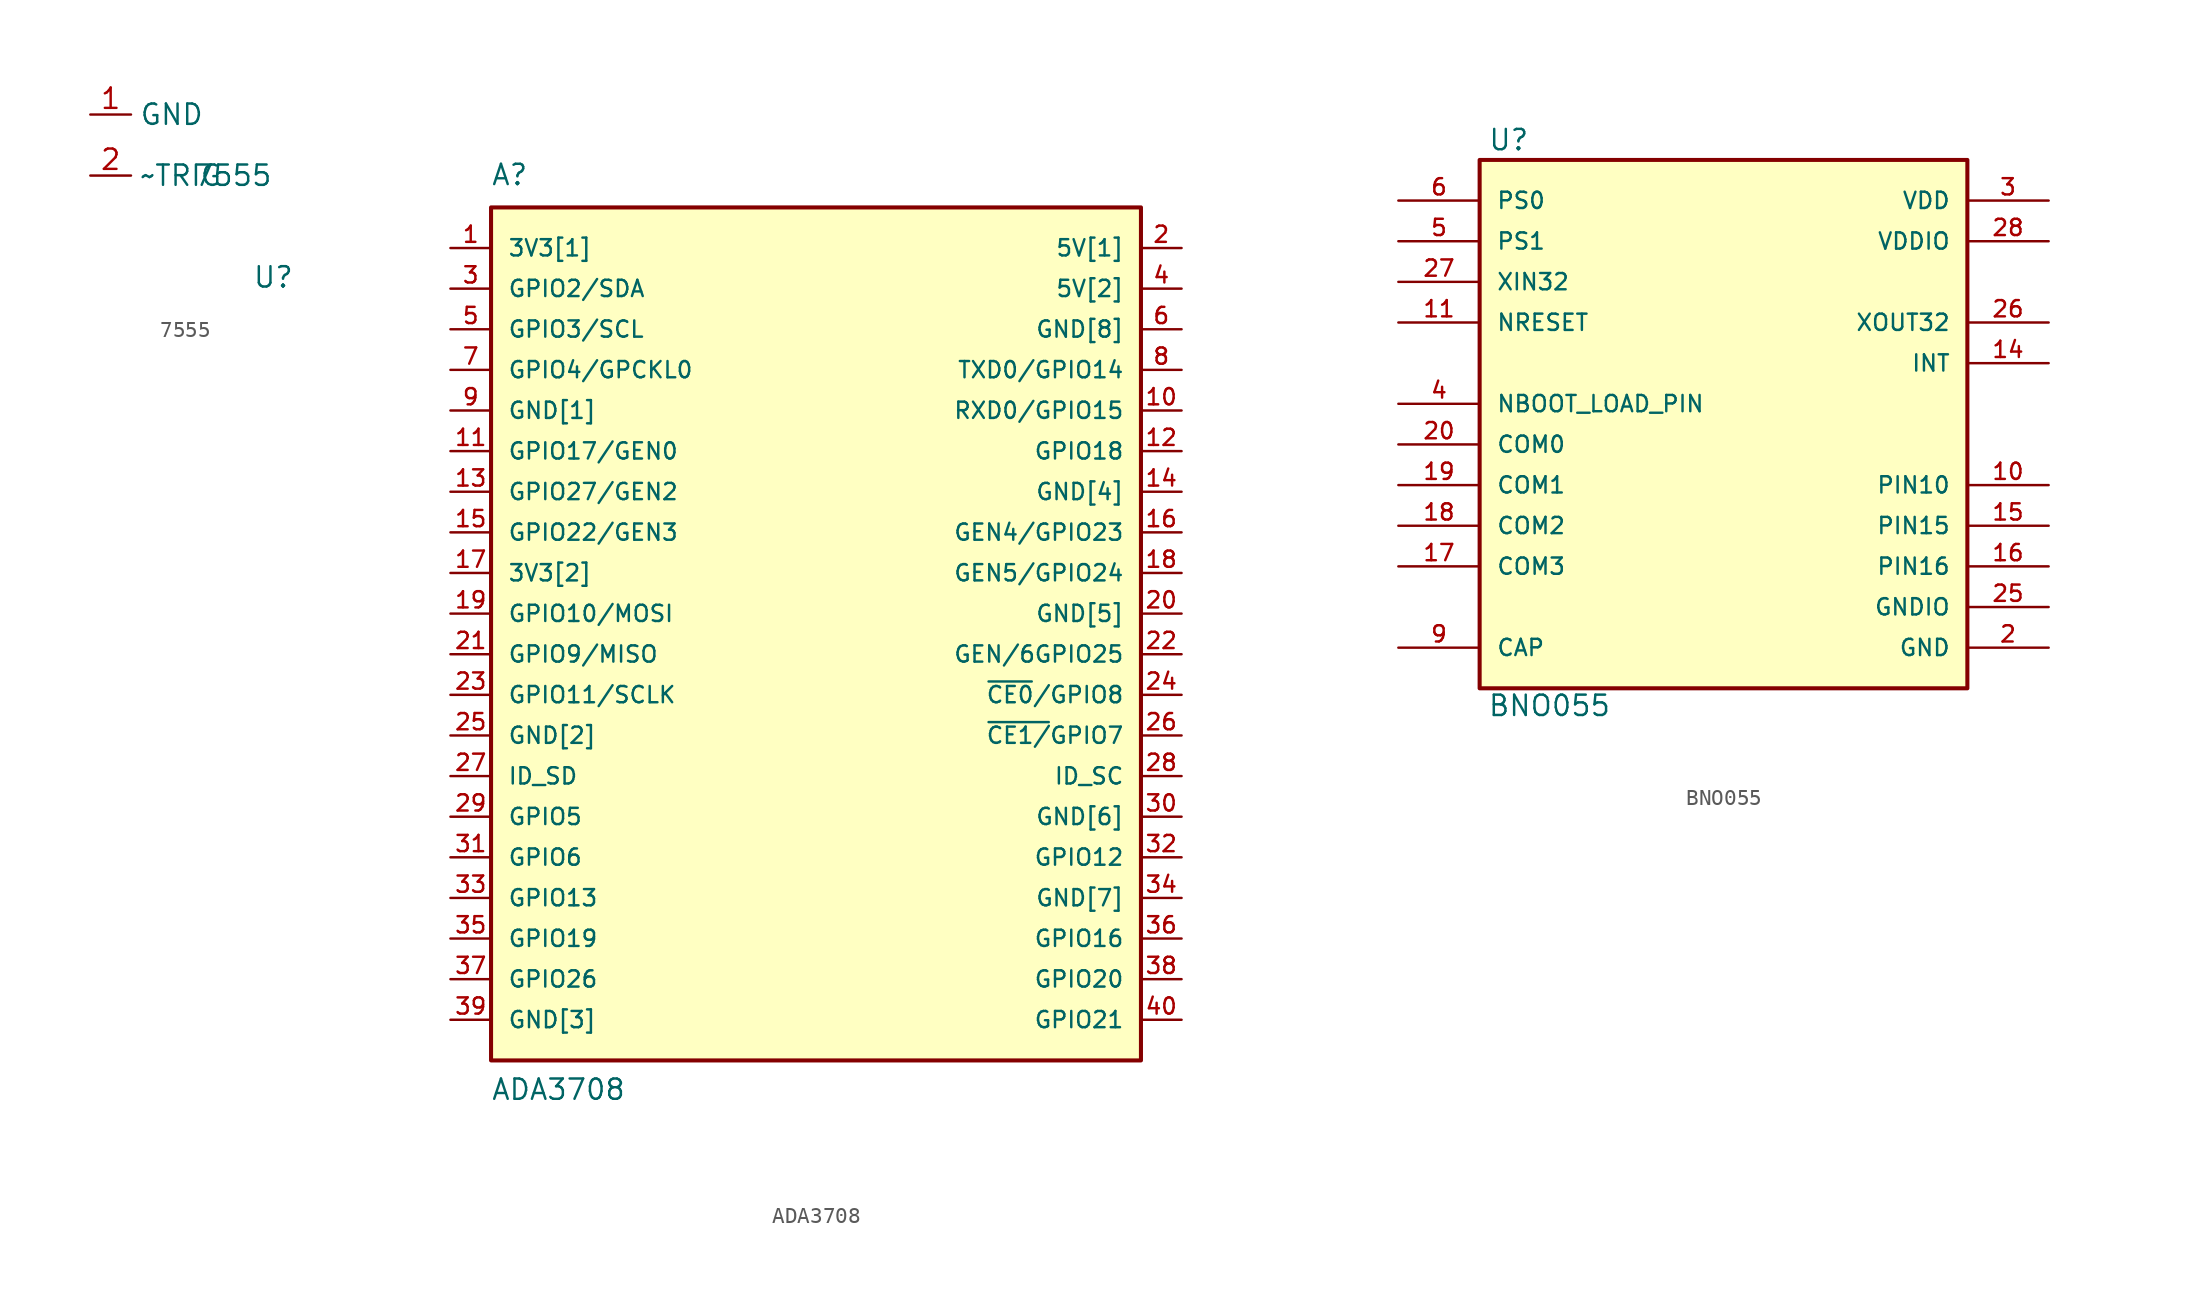
<source format=kicad_sym>
(kicad_symbol_lib
  (version 20211014)
  (generator kicad_symbol_editor)
  (symbol "7555"
    (property "Reference" "U"
      (at 0 0 0)
      (effects (font (size 1.27 1.27))))
    (property "Value" "7555"
      (at -2.54 6.35 0)
      (effects (font (size 1.27 1.27))))
    (symbol "7555_1_1"
      (pin input line (at -11.43 10.16 0) (length 2.54) (name "GND" (effects (font (size 1.27 1.27)))) (number "1" (effects (font (size 1.27 1.27)))))
      (pin input line (at -11.43 6.35 0) (length 2.54) (name "~TRIG" (effects (font (size 1.27 1.27)))) (number "2" (effects (font (size 1.27 1.27)))))))
  (symbol "ADA3708"
    (pin_names
      (offset 1.016))
    (property "Reference" "A"
      (at -20.345 26.695 0)
      (effects (font (size 1.27 1.27)) (justify left bottom)))
    (property "Value" "ADA3708"
      (at -20.345 -30.505 0)
      (effects (font (size 1.27 1.27)) (justify left bottom)))
    (property "ki_locked" ""
      (at 0 0 0)
      (effects (font (size 1.27 1.27))))
    (symbol "ADA3708_0_0"
      (rectangle (start -20.32 -27.94) (end 20.32 25.4) (stroke (width 0.254) (type default) (color 0 0 0 0)) (fill (type background)))
      (pin output line (at -22.86 22.86 0) (length 2.54) (name "3V3[1]" (effects (font (size 1.016 1.016)))) (number "1" (effects (font (size 1.016 1.016)))))
      (pin bidirectional line (at 22.86 12.7 180) (length 2.54) (name "RXD0/GPIO15" (effects (font (size 1.016 1.016)))) (number "10" (effects (font (size 1.016 1.016)))))
      (pin bidirectional line (at -22.86 10.16 0) (length 2.54) (name "GPIO17/GEN0" (effects (font (size 1.016 1.016)))) (number "11" (effects (font (size 1.016 1.016)))))
      (pin bidirectional line (at 22.86 10.16 180) (length 2.54) (name "GPIO18" (effects (font (size 1.016 1.016)))) (number "12" (effects (font (size 1.016 1.016)))))
      (pin bidirectional line (at -22.86 7.62 0) (length 2.54) (name "GPIO27/GEN2" (effects (font (size 1.016 1.016)))) (number "13" (effects (font (size 1.016 1.016)))))
      (pin power_in line (at 22.86 7.62 180) (length 2.54) (name "GND[4]" (effects (font (size 1.016 1.016)))) (number "14" (effects (font (size 1.016 1.016)))))
      (pin bidirectional line (at -22.86 5.08 0) (length 2.54) (name "GPIO22/GEN3" (effects (font (size 1.016 1.016)))) (number "15" (effects (font (size 1.016 1.016)))))
      (pin bidirectional line (at 22.86 5.08 180) (length 2.54) (name "GEN4/GPIO23" (effects (font (size 1.016 1.016)))) (number "16" (effects (font (size 1.016 1.016)))))
      (pin output line (at -22.86 2.54 0) (length 2.54) (name "3V3[2]" (effects (font (size 1.016 1.016)))) (number "17" (effects (font (size 1.016 1.016)))))
      (pin bidirectional line (at 22.86 2.54 180) (length 2.54) (name "GEN5/GPIO24" (effects (font (size 1.016 1.016)))) (number "18" (effects (font (size 1.016 1.016)))))
      (pin bidirectional line (at -22.86 0 0) (length 2.54) (name "GPIO10/MOSI" (effects (font (size 1.016 1.016)))) (number "19" (effects (font (size 1.016 1.016)))))
      (pin power_in line (at 22.86 22.86 180) (length 2.54) (name "5V[1]" (effects (font (size 1.016 1.016)))) (number "2" (effects (font (size 1.016 1.016)))))
      (pin power_in line (at 22.86 0 180) (length 2.54) (name "GND[5]" (effects (font (size 1.016 1.016)))) (number "20" (effects (font (size 1.016 1.016)))))
      (pin bidirectional line (at -22.86 -2.54 0) (length 2.54) (name "GPIO9/MISO" (effects (font (size 1.016 1.016)))) (number "21" (effects (font (size 1.016 1.016)))))
      (pin bidirectional line (at 22.86 -2.54 180) (length 2.54) (name "GEN/6GPIO25" (effects (font (size 1.016 1.016)))) (number "22" (effects (font (size 1.016 1.016)))))
      (pin bidirectional line (at -22.86 -5.08 0) (length 2.54) (name "GPIO11/SCLK" (effects (font (size 1.016 1.016)))) (number "23" (effects (font (size 1.016 1.016)))))
      (pin bidirectional line (at 22.86 -5.08 180) (length 2.54) (name "~{CE0}/GPIO8" (effects (font (size 1.016 1.016)))) (number "24" (effects (font (size 1.016 1.016)))))
      (pin power_in line (at -22.86 -7.62 0) (length 2.54) (name "GND[2]" (effects (font (size 1.016 1.016)))) (number "25" (effects (font (size 1.016 1.016)))))
      (pin bidirectional line (at 22.86 -7.62 180) (length 2.54) (name "~{CE1/}GPIO7" (effects (font (size 1.016 1.016)))) (number "26" (effects (font (size 1.016 1.016)))))
      (pin bidirectional line (at -22.86 -10.16 0) (length 2.54) (name "ID_SD" (effects (font (size 1.016 1.016)))) (number "27" (effects (font (size 1.016 1.016)))))
      (pin bidirectional line (at 22.86 -10.16 180) (length 2.54) (name "ID_SC" (effects (font (size 1.016 1.016)))) (number "28" (effects (font (size 1.016 1.016)))))
      (pin bidirectional line (at -22.86 -12.7 0) (length 2.54) (name "GPIO5" (effects (font (size 1.016 1.016)))) (number "29" (effects (font (size 1.016 1.016)))))
      (pin bidirectional line (at -22.86 20.32 0) (length 2.54) (name "GPIO2/SDA" (effects (font (size 1.016 1.016)))) (number "3" (effects (font (size 1.016 1.016)))))
      (pin power_in line (at 22.86 -12.7 180) (length 2.54) (name "GND[6]" (effects (font (size 1.016 1.016)))) (number "30" (effects (font (size 1.016 1.016)))))
      (pin bidirectional line (at -22.86 -15.24 0) (length 2.54) (name "GPIO6" (effects (font (size 1.016 1.016)))) (number "31" (effects (font (size 1.016 1.016)))))
      (pin bidirectional line (at 22.86 -15.24 180) (length 2.54) (name "GPIO12" (effects (font (size 1.016 1.016)))) (number "32" (effects (font (size 1.016 1.016)))))
      (pin bidirectional line (at -22.86 -17.78 0) (length 2.54) (name "GPIO13" (effects (font (size 1.016 1.016)))) (number "33" (effects (font (size 1.016 1.016)))))
      (pin power_in line (at 22.86 -17.78 180) (length 2.54) (name "GND[7]" (effects (font (size 1.016 1.016)))) (number "34" (effects (font (size 1.016 1.016)))))
      (pin bidirectional line (at -22.86 -20.32 0) (length 2.54) (name "GPIO19" (effects (font (size 1.016 1.016)))) (number "35" (effects (font (size 1.016 1.016)))))
      (pin bidirectional line (at 22.86 -20.32 180) (length 2.54) (name "GPIO16" (effects (font (size 1.016 1.016)))) (number "36" (effects (font (size 1.016 1.016)))))
      (pin bidirectional line (at -22.86 -22.86 0) (length 2.54) (name "GPIO26" (effects (font (size 1.016 1.016)))) (number "37" (effects (font (size 1.016 1.016)))))
      (pin bidirectional line (at 22.86 -22.86 180) (length 2.54) (name "GPIO20" (effects (font (size 1.016 1.016)))) (number "38" (effects (font (size 1.016 1.016)))))
      (pin power_in line (at -22.86 -25.4 0) (length 2.54) (name "GND[3]" (effects (font (size 1.016 1.016)))) (number "39" (effects (font (size 1.016 1.016)))))
      (pin power_in line (at 22.86 20.32 180) (length 2.54) (name "5V[2]" (effects (font (size 1.016 1.016)))) (number "4" (effects (font (size 1.016 1.016)))))
      (pin bidirectional line (at 22.86 -25.4 180) (length 2.54) (name "GPIO21" (effects (font (size 1.016 1.016)))) (number "40" (effects (font (size 1.016 1.016)))))
      (pin bidirectional line (at -22.86 17.78 0) (length 2.54) (name "GPIO3/SCL" (effects (font (size 1.016 1.016)))) (number "5" (effects (font (size 1.016 1.016)))))
      (pin power_in line (at 22.86 17.78 180) (length 2.54) (name "GND[8]" (effects (font (size 1.016 1.016)))) (number "6" (effects (font (size 1.016 1.016)))))
      (pin bidirectional line (at -22.86 15.24 0) (length 2.54) (name "GPIO4/GPCKL0" (effects (font (size 1.016 1.016)))) (number "7" (effects (font (size 1.016 1.016)))))
      (pin bidirectional line (at 22.86 15.24 180) (length 2.54) (name "TXD0/GPIO14" (effects (font (size 1.016 1.016)))) (number "8" (effects (font (size 1.016 1.016)))))
      (pin power_in line (at -22.86 12.7 0) (length 2.54) (name "GND[1]" (effects (font (size 1.016 1.016)))) (number "9" (effects (font (size 1.016 1.016)))))))
  (symbol "BNO055"
    (pin_names
      (offset 1.016))
    (property "Reference" "U"
      (at -14.732 15.748 0)
      (effects (font (size 1.27 1.27)) (justify left bottom)))
    (property "Value" "BNO055"
      (at -14.757 -19.609 0)
      (effects (font (size 1.27 1.27)) (justify left bottom)))
    (property "ki_locked" ""
      (at 0 0 0)
      (effects (font (size 1.27 1.27))))
    (symbol "BNO055_0_0"
      (rectangle (start -15.24 -17.78) (end 15.24 15.24) (stroke (width 0.254) (type default) (color 0 0 0 0)) (fill (type background)))
      (pin power_in line (at 20.32 -5.08 180) (length 5.08) (name "PIN10" (effects (font (size 1.016 1.016)))) (number "10" (effects (font (size 1.016 1.016)))))
      (pin input line (at -20.32 5.08 0) (length 5.08) (name "NRESET" (effects (font (size 1.016 1.016)))) (number "11" (effects (font (size 1.016 1.016)))))
      (pin output line (at 20.32 2.54 180) (length 5.08) (name "INT" (effects (font (size 1.016 1.016)))) (number "14" (effects (font (size 1.016 1.016)))))
      (pin power_in line (at 20.32 -7.62 180) (length 5.08) (name "PIN15" (effects (font (size 1.016 1.016)))) (number "15" (effects (font (size 1.016 1.016)))))
      (pin power_in line (at 20.32 -10.16 180) (length 5.08) (name "PIN16" (effects (font (size 1.016 1.016)))) (number "16" (effects (font (size 1.016 1.016)))))
      (pin bidirectional line (at -20.32 -10.16 0) (length 5.08) (name "COM3" (effects (font (size 1.016 1.016)))) (number "17" (effects (font (size 1.016 1.016)))))
      (pin bidirectional line (at -20.32 -7.62 0) (length 5.08) (name "COM2" (effects (font (size 1.016 1.016)))) (number "18" (effects (font (size 1.016 1.016)))))
      (pin bidirectional line (at -20.32 -5.08 0) (length 5.08) (name "COM1" (effects (font (size 1.016 1.016)))) (number "19" (effects (font (size 1.016 1.016)))))
      (pin power_in line (at 20.32 -15.24 180) (length 5.08) (name "GND" (effects (font (size 1.016 1.016)))) (number "2" (effects (font (size 1.016 1.016)))))
      (pin bidirectional line (at -20.32 -2.54 0) (length 5.08) (name "COM0" (effects (font (size 1.016 1.016)))) (number "20" (effects (font (size 1.016 1.016)))))
      (pin power_in line (at 20.32 -12.7 180) (length 5.08) (name "GNDIO" (effects (font (size 1.016 1.016)))) (number "25" (effects (font (size 1.016 1.016)))))
      (pin output line (at 20.32 5.08 180) (length 5.08) (name "XOUT32" (effects (font (size 1.016 1.016)))) (number "26" (effects (font (size 1.016 1.016)))))
      (pin input line (at -20.32 7.62 0) (length 5.08) (name "XIN32" (effects (font (size 1.016 1.016)))) (number "27" (effects (font (size 1.016 1.016)))))
      (pin power_in line (at 20.32 10.16 180) (length 5.08) (name "VDDIO" (effects (font (size 1.016 1.016)))) (number "28" (effects (font (size 1.016 1.016)))))
      (pin power_in line (at 20.32 12.7 180) (length 5.08) (name "VDD" (effects (font (size 1.016 1.016)))) (number "3" (effects (font (size 1.016 1.016)))))
      (pin bidirectional line (at -20.32 0 0) (length 5.08) (name "NBOOT_LOAD_PIN" (effects (font (size 1.016 1.016)))) (number "4" (effects (font (size 1.016 1.016)))))
      (pin input line (at -20.32 10.16 0) (length 5.08) (name "PS1" (effects (font (size 1.016 1.016)))) (number "5" (effects (font (size 1.016 1.016)))))
      (pin input line (at -20.32 12.7 0) (length 5.08) (name "PS0" (effects (font (size 1.016 1.016)))) (number "6" (effects (font (size 1.016 1.016)))))
      (pin passive line (at -20.32 -15.24 0) (length 5.08) (name "CAP" (effects (font (size 1.016 1.016)))) (number "9" (effects (font (size 1.016 1.016))))))))
</source>
